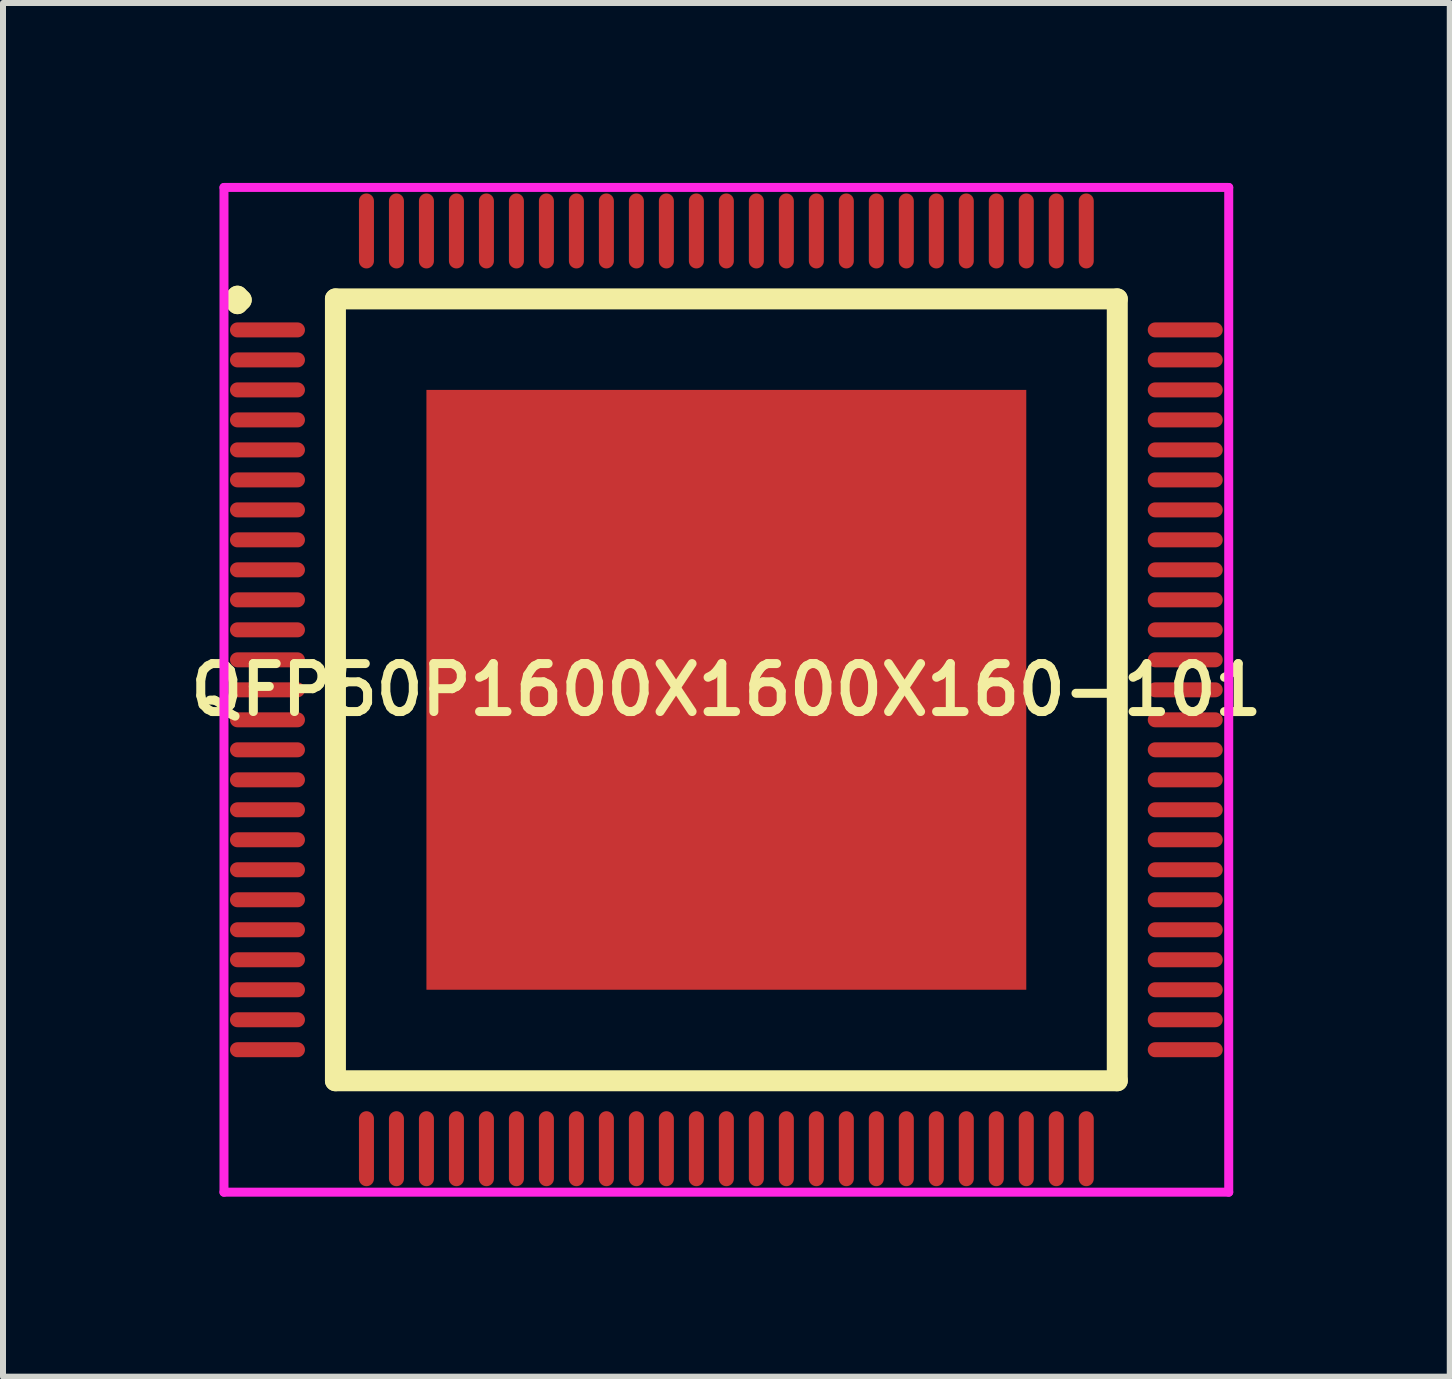
<source format=kicad_pcb>
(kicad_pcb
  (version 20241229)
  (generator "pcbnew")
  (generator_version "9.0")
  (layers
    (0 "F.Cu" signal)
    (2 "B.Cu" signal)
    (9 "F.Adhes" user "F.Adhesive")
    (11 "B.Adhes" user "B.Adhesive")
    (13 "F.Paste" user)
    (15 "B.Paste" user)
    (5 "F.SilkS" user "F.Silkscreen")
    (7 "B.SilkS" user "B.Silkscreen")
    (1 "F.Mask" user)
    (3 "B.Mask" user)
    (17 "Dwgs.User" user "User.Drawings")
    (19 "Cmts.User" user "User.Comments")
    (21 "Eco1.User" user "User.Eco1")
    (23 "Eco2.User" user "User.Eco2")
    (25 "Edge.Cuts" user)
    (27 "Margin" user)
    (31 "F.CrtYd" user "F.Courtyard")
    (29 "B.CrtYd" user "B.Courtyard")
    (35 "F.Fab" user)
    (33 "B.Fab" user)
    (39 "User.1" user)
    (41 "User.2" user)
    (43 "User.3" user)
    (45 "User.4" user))
  (footprint "QFP50P1600X1600X160-101"
    (layer "F.Cu")
    (at 9.059 8.45)
    (property "Reference" "QFP50P1600X1600X160-101" (at 0 0 0) (layer "F.SilkS") (effects (font (size 0.8 0.8) (thickness 0.15))))
    (attr smd)
    (fp_line (start -8.213 -6.5) (end -8.15 -6.562) (stroke (width 0.35) (type solid)) (layer "F.SilkS"))
    (fp_line (start -8.15 -6.562) (end -8.088 -6.5) (stroke (width 0.35) (type solid)) (layer "F.SilkS"))
    (fp_line (start -8.15 -6.438) (end -8.213 -6.5) (stroke (width 0.35) (type solid)) (layer "F.SilkS"))
    (fp_line (start -8.088 -6.5) (end -8.15 -6.438) (stroke (width 0.35) (type solid)) (layer "F.SilkS"))
    (fp_line (start -6.517 -6.517) (end -6.517 6.517) (stroke (width 0.35) (type solid)) (layer "F.SilkS"))
    (fp_line (start -6.517 6.517) (end 6.517 6.517) (stroke (width 0.35) (type solid)) (layer "F.SilkS"))
    (fp_line (start 6.517 -6.517) (end -6.517 -6.517) (stroke (width 0.35) (type solid)) (layer "F.SilkS"))
    (fp_line (start 6.517 6.517) (end 6.517 -6.517) (stroke (width 0.35) (type solid)) (layer "F.SilkS"))
    (fp_line (start -8.375 -8.375) (end 8.375 -8.375) (stroke (width 0.15) (type solid)) (layer "F.CrtYd"))
    (fp_line (start -8.375 8.375) (end -8.375 -8.375) (stroke (width 0.15) (type solid)) (layer "F.CrtYd"))
    (fp_line (start 8.375 -8.375) (end 8.375 8.375) (stroke (width 0.15) (type solid)) (layer "F.CrtYd"))
    (fp_line (start 8.375 8.375) (end -8.375 8.375) (stroke (width 0.15) (type solid)) (layer "F.CrtYd"))
    (pad "1" smd oval (at -7.65 -6) (size 1.25 0.25) (layers "F.Cu" "F.Mask" "F.Paste"))
    (pad "2" smd oval (at -7.65 -5.5) (size 1.25 0.25) (layers "F.Cu" "F.Mask" "F.Paste"))
    (pad "3" smd oval (at -7.65 -5) (size 1.25 0.25) (layers "F.Cu" "F.Mask" "F.Paste"))
    (pad "4" smd oval (at -7.65 -4.5) (size 1.25 0.25) (layers "F.Cu" "F.Mask" "F.Paste"))
    (pad "5" smd oval (at -7.65 -4) (size 1.25 0.25) (layers "F.Cu" "F.Mask" "F.Paste"))
    (pad "6" smd oval (at -7.65 -3.5) (size 1.25 0.25) (layers "F.Cu" "F.Mask" "F.Paste"))
    (pad "7" smd oval (at -7.65 -3) (size 1.25 0.25) (layers "F.Cu" "F.Mask" "F.Paste"))
    (pad "8" smd oval (at -7.65 -2.5) (size 1.25 0.25) (layers "F.Cu" "F.Mask" "F.Paste"))
    (pad "9" smd oval (at -7.65 -2) (size 1.25 0.25) (layers "F.Cu" "F.Mask" "F.Paste"))
    (pad "10" smd oval (at -7.65 -1.5) (size 1.25 0.25) (layers "F.Cu" "F.Mask" "F.Paste"))
    (pad "11" smd oval (at -7.65 -1) (size 1.25 0.25) (layers "F.Cu" "F.Mask" "F.Paste"))
    (pad "12" smd oval (at -7.65 -0.5) (size 1.25 0.25) (layers "F.Cu" "F.Mask" "F.Paste"))
    (pad "13" smd oval (at -7.65 0) (size 1.25 0.25) (layers "F.Cu" "F.Mask" "F.Paste"))
    (pad "14" smd oval (at -7.65 0.5) (size 1.25 0.25) (layers "F.Cu" "F.Mask" "F.Paste"))
    (pad "15" smd oval (at -7.65 1) (size 1.25 0.25) (layers "F.Cu" "F.Mask" "F.Paste"))
    (pad "16" smd oval (at -7.65 1.5) (size 1.25 0.25) (layers "F.Cu" "F.Mask" "F.Paste"))
    (pad "17" smd oval (at -7.65 2) (size 1.25 0.25) (layers "F.Cu" "F.Mask" "F.Paste"))
    (pad "18" smd oval (at -7.65 2.5) (size 1.25 0.25) (layers "F.Cu" "F.Mask" "F.Paste"))
    (pad "19" smd oval (at -7.65 3) (size 1.25 0.25) (layers "F.Cu" "F.Mask" "F.Paste"))
    (pad "20" smd oval (at -7.65 3.5) (size 1.25 0.25) (layers "F.Cu" "F.Mask" "F.Paste"))
    (pad "21" smd oval (at -7.65 4) (size 1.25 0.25) (layers "F.Cu" "F.Mask" "F.Paste"))
    (pad "22" smd oval (at -7.65 4.5) (size 1.25 0.25) (layers "F.Cu" "F.Mask" "F.Paste"))
    (pad "23" smd oval (at -7.65 5) (size 1.25 0.25) (layers "F.Cu" "F.Mask" "F.Paste"))
    (pad "24" smd oval (at -7.65 5.5) (size 1.25 0.25) (layers "F.Cu" "F.Mask" "F.Paste"))
    (pad "25" smd oval (at -7.65 6) (size 1.25 0.25) (layers "F.Cu" "F.Mask" "F.Paste"))
    (pad "26" smd oval (at -6 7.65) (size 0.25 1.25) (layers "F.Cu" "F.Mask" "F.Paste"))
    (pad "27" smd oval (at -5.5 7.65) (size 0.25 1.25) (layers "F.Cu" "F.Mask" "F.Paste"))
    (pad "28" smd oval (at -5 7.65) (size 0.25 1.25) (layers "F.Cu" "F.Mask" "F.Paste"))
    (pad "29" smd oval (at -4.5 7.65) (size 0.25 1.25) (layers "F.Cu" "F.Mask" "F.Paste"))
    (pad "30" smd oval (at -4 7.65) (size 0.25 1.25) (layers "F.Cu" "F.Mask" "F.Paste"))
    (pad "31" smd oval (at -3.5 7.65) (size 0.25 1.25) (layers "F.Cu" "F.Mask" "F.Paste"))
    (pad "32" smd oval (at -3 7.65) (size 0.25 1.25) (layers "F.Cu" "F.Mask" "F.Paste"))
    (pad "33" smd oval (at -2.5 7.65) (size 0.25 1.25) (layers "F.Cu" "F.Mask" "F.Paste"))
    (pad "34" smd oval (at -2 7.65) (size 0.25 1.25) (layers "F.Cu" "F.Mask" "F.Paste"))
    (pad "35" smd oval (at -1.5 7.65) (size 0.25 1.25) (layers "F.Cu" "F.Mask" "F.Paste"))
    (pad "36" smd oval (at -1 7.65) (size 0.25 1.25) (layers "F.Cu" "F.Mask" "F.Paste"))
    (pad "37" smd oval (at -0.5 7.65) (size 0.25 1.25) (layers "F.Cu" "F.Mask" "F.Paste"))
    (pad "38" smd oval (at 0 7.65) (size 0.25 1.25) (layers "F.Cu" "F.Mask" "F.Paste"))
    (pad "39" smd oval (at 0.5 7.65) (size 0.25 1.25) (layers "F.Cu" "F.Mask" "F.Paste"))
    (pad "40" smd oval (at 1 7.65) (size 0.25 1.25) (layers "F.Cu" "F.Mask" "F.Paste"))
    (pad "41" smd oval (at 1.5 7.65) (size 0.25 1.25) (layers "F.Cu" "F.Mask" "F.Paste"))
    (pad "42" smd oval (at 2 7.65) (size 0.25 1.25) (layers "F.Cu" "F.Mask" "F.Paste"))
    (pad "43" smd oval (at 2.5 7.65) (size 0.25 1.25) (layers "F.Cu" "F.Mask" "F.Paste"))
    (pad "44" smd oval (at 3 7.65) (size 0.25 1.25) (layers "F.Cu" "F.Mask" "F.Paste"))
    (pad "45" smd oval (at 3.5 7.65) (size 0.25 1.25) (layers "F.Cu" "F.Mask" "F.Paste"))
    (pad "46" smd oval (at 4 7.65) (size 0.25 1.25) (layers "F.Cu" "F.Mask" "F.Paste"))
    (pad "47" smd oval (at 4.5 7.65) (size 0.25 1.25) (layers "F.Cu" "F.Mask" "F.Paste"))
    (pad "48" smd oval (at 5 7.65) (size 0.25 1.25) (layers "F.Cu" "F.Mask" "F.Paste"))
    (pad "49" smd oval (at 5.5 7.65) (size 0.25 1.25) (layers "F.Cu" "F.Mask" "F.Paste"))
    (pad "50" smd oval (at 6 7.65) (size 0.25 1.25) (layers "F.Cu" "F.Mask" "F.Paste"))
    (pad "51" smd oval (at 7.65 6) (size 1.25 0.25) (layers "F.Cu" "F.Mask" "F.Paste"))
    (pad "52" smd oval (at 7.65 5.5) (size 1.25 0.25) (layers "F.Cu" "F.Mask" "F.Paste"))
    (pad "53" smd oval (at 7.65 5) (size 1.25 0.25) (layers "F.Cu" "F.Mask" "F.Paste"))
    (pad "54" smd oval (at 7.65 4.5) (size 1.25 0.25) (layers "F.Cu" "F.Mask" "F.Paste"))
    (pad "55" smd oval (at 7.65 4) (size 1.25 0.25) (layers "F.Cu" "F.Mask" "F.Paste"))
    (pad "56" smd oval (at 7.65 3.5) (size 1.25 0.25) (layers "F.Cu" "F.Mask" "F.Paste"))
    (pad "57" smd oval (at 7.65 3) (size 1.25 0.25) (layers "F.Cu" "F.Mask" "F.Paste"))
    (pad "58" smd oval (at 7.65 2.5) (size 1.25 0.25) (layers "F.Cu" "F.Mask" "F.Paste"))
    (pad "59" smd oval (at 7.65 2) (size 1.25 0.25) (layers "F.Cu" "F.Mask" "F.Paste"))
    (pad "60" smd oval (at 7.65 1.5) (size 1.25 0.25) (layers "F.Cu" "F.Mask" "F.Paste"))
    (pad "61" smd oval (at 7.65 1) (size 1.25 0.25) (layers "F.Cu" "F.Mask" "F.Paste"))
    (pad "62" smd oval (at 7.65 0.5) (size 1.25 0.25) (layers "F.Cu" "F.Mask" "F.Paste"))
    (pad "63" smd oval (at 7.65 0) (size 1.25 0.25) (layers "F.Cu" "F.Mask" "F.Paste"))
    (pad "64" smd oval (at 7.65 -0.5) (size 1.25 0.25) (layers "F.Cu" "F.Mask" "F.Paste"))
    (pad "65" smd oval (at 7.65 -1) (size 1.25 0.25) (layers "F.Cu" "F.Mask" "F.Paste"))
    (pad "66" smd oval (at 7.65 -1.5) (size 1.25 0.25) (layers "F.Cu" "F.Mask" "F.Paste"))
    (pad "67" smd oval (at 7.65 -2) (size 1.25 0.25) (layers "F.Cu" "F.Mask" "F.Paste"))
    (pad "68" smd oval (at 7.65 -2.5) (size 1.25 0.25) (layers "F.Cu" "F.Mask" "F.Paste"))
    (pad "69" smd oval (at 7.65 -3) (size 1.25 0.25) (layers "F.Cu" "F.Mask" "F.Paste"))
    (pad "70" smd oval (at 7.65 -3.5) (size 1.25 0.25) (layers "F.Cu" "F.Mask" "F.Paste"))
    (pad "71" smd oval (at 7.65 -4) (size 1.25 0.25) (layers "F.Cu" "F.Mask" "F.Paste"))
    (pad "72" smd oval (at 7.65 -4.5) (size 1.25 0.25) (layers "F.Cu" "F.Mask" "F.Paste"))
    (pad "73" smd oval (at 7.65 -5) (size 1.25 0.25) (layers "F.Cu" "F.Mask" "F.Paste"))
    (pad "74" smd oval (at 7.65 -5.5) (size 1.25 0.25) (layers "F.Cu" "F.Mask" "F.Paste"))
    (pad "75" smd oval (at 7.65 -6) (size 1.25 0.25) (layers "F.Cu" "F.Mask" "F.Paste"))
    (pad "76" smd oval (at 6 -7.65) (size 0.25 1.25) (layers "F.Cu" "F.Mask" "F.Paste"))
    (pad "77" smd oval (at 5.5 -7.65) (size 0.25 1.25) (layers "F.Cu" "F.Mask" "F.Paste"))
    (pad "78" smd oval (at 5 -7.65) (size 0.25 1.25) (layers "F.Cu" "F.Mask" "F.Paste"))
    (pad "79" smd oval (at 4.5 -7.65) (size 0.25 1.25) (layers "F.Cu" "F.Mask" "F.Paste"))
    (pad "80" smd oval (at 4 -7.65) (size 0.25 1.25) (layers "F.Cu" "F.Mask" "F.Paste"))
    (pad "81" smd oval (at 3.5 -7.65) (size 0.25 1.25) (layers "F.Cu" "F.Mask" "F.Paste"))
    (pad "82" smd oval (at 3 -7.65) (size 0.25 1.25) (layers "F.Cu" "F.Mask" "F.Paste"))
    (pad "83" smd oval (at 2.5 -7.65) (size 0.25 1.25) (layers "F.Cu" "F.Mask" "F.Paste"))
    (pad "84" smd oval (at 2 -7.65) (size 0.25 1.25) (layers "F.Cu" "F.Mask" "F.Paste"))
    (pad "85" smd oval (at 1.5 -7.65) (size 0.25 1.25) (layers "F.Cu" "F.Mask" "F.Paste"))
    (pad "86" smd oval (at 1 -7.65) (size 0.25 1.25) (layers "F.Cu" "F.Mask" "F.Paste"))
    (pad "87" smd oval (at 0.5 -7.65) (size 0.25 1.25) (layers "F.Cu" "F.Mask" "F.Paste"))
    (pad "88" smd oval (at 0 -7.65) (size 0.25 1.25) (layers "F.Cu" "F.Mask" "F.Paste"))
    (pad "89" smd oval (at -0.5 -7.65) (size 0.25 1.25) (layers "F.Cu" "F.Mask" "F.Paste"))
    (pad "90" smd oval (at -1 -7.65) (size 0.25 1.25) (layers "F.Cu" "F.Mask" "F.Paste"))
    (pad "91" smd oval (at -1.5 -7.65) (size 0.25 1.25) (layers "F.Cu" "F.Mask" "F.Paste"))
    (pad "92" smd oval (at -2 -7.65) (size 0.25 1.25) (layers "F.Cu" "F.Mask" "F.Paste"))
    (pad "93" smd oval (at -2.5 -7.65) (size 0.25 1.25) (layers "F.Cu" "F.Mask" "F.Paste"))
    (pad "94" smd oval (at -3 -7.65) (size 0.25 1.25) (layers "F.Cu" "F.Mask" "F.Paste"))
    (pad "95" smd oval (at -3.5 -7.65) (size 0.25 1.25) (layers "F.Cu" "F.Mask" "F.Paste"))
    (pad "96" smd oval (at -4 -7.65) (size 0.25 1.25) (layers "F.Cu" "F.Mask" "F.Paste"))
    (pad "97" smd oval (at -4.5 -7.65) (size 0.25 1.25) (layers "F.Cu" "F.Mask" "F.Paste"))
    (pad "98" smd oval (at -5 -7.65) (size 0.25 1.25) (layers "F.Cu" "F.Mask" "F.Paste"))
    (pad "99" smd oval (at -5.5 -7.65) (size 0.25 1.25) (layers "F.Cu" "F.Mask" "F.Paste"))
    (pad "100" smd oval (at -6 -7.65) (size 0.25 1.25) (layers "F.Cu" "F.Mask" "F.Paste"))
    (pad "101" smd rect (at 0 0) (size 10 10) (layers "F.Cu" "F.Mask" "F.Paste")))
  (gr_rect
    (start -3 -3)
    (end 21.119 19.9)
    (stroke (width 0.1) (type default))
    (fill no)
    (layer "Edge.Cuts")))
</source>
